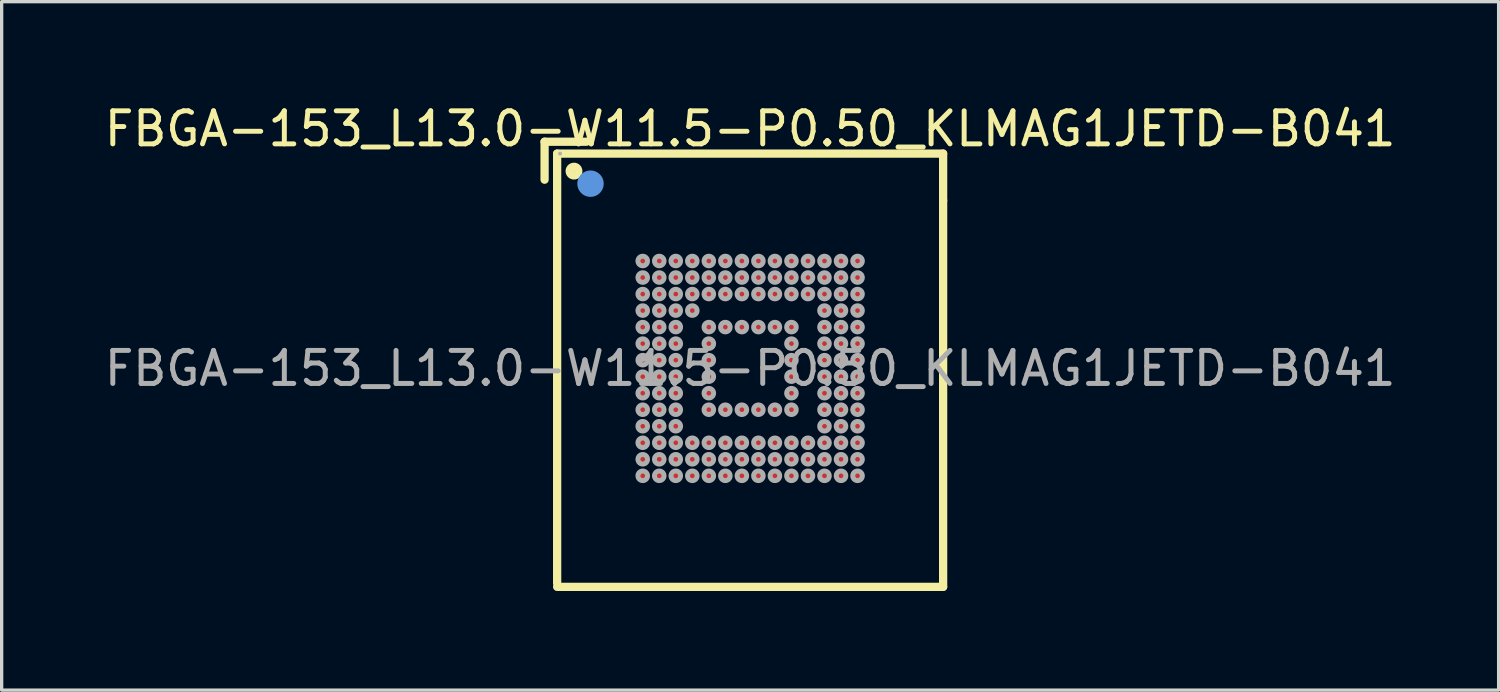
<source format=kicad_pcb>
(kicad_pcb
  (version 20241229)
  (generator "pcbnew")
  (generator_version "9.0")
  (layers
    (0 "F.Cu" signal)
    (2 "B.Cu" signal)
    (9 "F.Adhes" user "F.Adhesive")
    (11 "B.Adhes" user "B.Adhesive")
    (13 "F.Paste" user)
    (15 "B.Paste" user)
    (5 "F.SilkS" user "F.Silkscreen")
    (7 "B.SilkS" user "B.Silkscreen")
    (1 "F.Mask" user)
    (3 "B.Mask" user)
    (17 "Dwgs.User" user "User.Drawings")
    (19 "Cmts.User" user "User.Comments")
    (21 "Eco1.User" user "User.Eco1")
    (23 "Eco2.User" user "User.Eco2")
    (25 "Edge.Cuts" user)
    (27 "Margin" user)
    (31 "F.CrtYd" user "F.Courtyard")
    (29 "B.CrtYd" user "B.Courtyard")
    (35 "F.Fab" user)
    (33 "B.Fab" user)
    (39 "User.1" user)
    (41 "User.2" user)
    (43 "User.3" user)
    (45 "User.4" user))
  (footprint "FBGA-153_L13.0-W11.5-P0.50_KLMAG1JETD-B041"
    (layer "F.Cu")
    (at 19.649 8.098)
    (property "Reference" "FBGA-153_L13.0-W11.5-P0.50_KLMAG1JETD-B041" (at 0 -7.25 0) (layer "F.SilkS") (effects (font (size 1 1) (thickness 0.15))))
    (attr smd)
    (fp_line (start -6.22 -6.86) (end -6.22 -5.71) (stroke (width 0.25) (type solid)) (layer "F.SilkS"))
    (fp_line (start -5.84 -6.5) (end 5.84 -6.5) (stroke (width 0.25) (type solid)) (layer "F.SilkS"))
    (fp_line (start -5.84 6.5) (end -5.84 -6.5) (stroke (width 0.25) (type solid)) (layer "F.SilkS"))
    (fp_line (start -5.84 6.61) (end 5.84 6.61) (stroke (width 0.25) (type solid)) (layer "F.SilkS"))
    (fp_line (start -4.95 -6.86) (end -6.22 -6.86) (stroke (width 0.25) (type solid)) (layer "F.SilkS"))
    (fp_line (start 5.84 -6.5) (end 5.84 -5.08) (stroke (width 0.25) (type solid)) (layer "F.SilkS"))
    (fp_line (start 5.84 6.61) (end 5.84 -5.08) (stroke (width 0.25) (type solid)) (layer "F.SilkS"))
    (fp_circle (center -5.33 -5.97) (end -5.2 -5.97) (stroke (width 0.25) (type solid)) (fill no) (layer "F.SilkS"))
    (fp_circle (center -4.83 -5.59) (end -4.63 -5.59) (stroke (width 0.4) (type solid)) (fill no) (layer "Cmts.User"))
    (fp_circle (center -5.75 -6.5) (end -5.72 -6.5) (stroke (width 0.06) (type solid)) (fill no) (layer "F.Fab"))
    (fp_circle (center -3.25 -3.25) (end -3.18 -3.25) (stroke (width 0.15) (type solid)) (fill no) (layer "F.Fab"))
    (fp_circle (center -3.25 -2.75) (end -3.18 -2.75) (stroke (width 0.15) (type solid)) (fill no) (layer "F.Fab"))
    (fp_circle (center -3.25 -2.25) (end -3.18 -2.25) (stroke (width 0.15) (type solid)) (fill no) (layer "F.Fab"))
    (fp_circle (center -3.25 -1.75) (end -3.18 -1.75) (stroke (width 0.15) (type solid)) (fill no) (layer "F.Fab"))
    (fp_circle (center -3.25 -1.25) (end -3.18 -1.25) (stroke (width 0.15) (type solid)) (fill no) (layer "F.Fab"))
    (fp_circle (center -3.25 -0.75) (end -3.18 -0.75) (stroke (width 0.15) (type solid)) (fill no) (layer "F.Fab"))
    (fp_circle (center -3.25 -0.25) (end -3.18 -0.25) (stroke (width 0.15) (type solid)) (fill no) (layer "F.Fab"))
    (fp_circle (center -3.25 0.25) (end -3.18 0.25) (stroke (width 0.15) (type solid)) (fill no) (layer "F.Fab"))
    (fp_circle (center -3.25 0.75) (end -3.18 0.75) (stroke (width 0.15) (type solid)) (fill no) (layer "F.Fab"))
    (fp_circle (center -3.25 1.25) (end -3.18 1.25) (stroke (width 0.15) (type solid)) (fill no) (layer "F.Fab"))
    (fp_circle (center -3.25 1.75) (end -3.18 1.75) (stroke (width 0.15) (type solid)) (fill no) (layer "F.Fab"))
    (fp_circle (center -3.25 2.25) (end -3.18 2.25) (stroke (width 0.15) (type solid)) (fill no) (layer "F.Fab"))
    (fp_circle (center -3.25 2.75) (end -3.18 2.75) (stroke (width 0.15) (type solid)) (fill no) (layer "F.Fab"))
    (fp_circle (center -3.25 3.25) (end -3.18 3.25) (stroke (width 0.15) (type solid)) (fill no) (layer "F.Fab"))
    (fp_circle (center -2.75 -3.25) (end -2.68 -3.25) (stroke (width 0.15) (type solid)) (fill no) (layer "F.Fab"))
    (fp_circle (center -2.75 -2.75) (end -2.68 -2.75) (stroke (width 0.15) (type solid)) (fill no) (layer "F.Fab"))
    (fp_circle (center -2.75 -2.25) (end -2.68 -2.25) (stroke (width 0.15) (type solid)) (fill no) (layer "F.Fab"))
    (fp_circle (center -2.75 -1.75) (end -2.68 -1.75) (stroke (width 0.15) (type solid)) (fill no) (layer "F.Fab"))
    (fp_circle (center -2.75 -1.25) (end -2.68 -1.25) (stroke (width 0.15) (type solid)) (fill no) (layer "F.Fab"))
    (fp_circle (center -2.75 -0.75) (end -2.68 -0.75) (stroke (width 0.15) (type solid)) (fill no) (layer "F.Fab"))
    (fp_circle (center -2.75 -0.25) (end -2.68 -0.25) (stroke (width 0.15) (type solid)) (fill no) (layer "F.Fab"))
    (fp_circle (center -2.75 0.25) (end -2.68 0.25) (stroke (width 0.15) (type solid)) (fill no) (layer "F.Fab"))
    (fp_circle (center -2.75 0.75) (end -2.68 0.75) (stroke (width 0.15) (type solid)) (fill no) (layer "F.Fab"))
    (fp_circle (center -2.75 1.25) (end -2.68 1.25) (stroke (width 0.15) (type solid)) (fill no) (layer "F.Fab"))
    (fp_circle (center -2.75 1.75) (end -2.68 1.75) (stroke (width 0.15) (type solid)) (fill no) (layer "F.Fab"))
    (fp_circle (center -2.75 2.25) (end -2.68 2.25) (stroke (width 0.15) (type solid)) (fill no) (layer "F.Fab"))
    (fp_circle (center -2.75 2.75) (end -2.68 2.75) (stroke (width 0.15) (type solid)) (fill no) (layer "F.Fab"))
    (fp_circle (center -2.75 3.25) (end -2.68 3.25) (stroke (width 0.15) (type solid)) (fill no) (layer "F.Fab"))
    (fp_circle (center -2.25 -3.25) (end -2.18 -3.25) (stroke (width 0.15) (type solid)) (fill no) (layer "F.Fab"))
    (fp_circle (center -2.25 -2.75) (end -2.18 -2.75) (stroke (width 0.15) (type solid)) (fill no) (layer "F.Fab"))
    (fp_circle (center -2.25 -2.25) (end -2.18 -2.25) (stroke (width 0.15) (type solid)) (fill no) (layer "F.Fab"))
    (fp_circle (center -2.25 -1.75) (end -2.18 -1.75) (stroke (width 0.15) (type solid)) (fill no) (layer "F.Fab"))
    (fp_circle (center -2.25 -1.25) (end -2.18 -1.25) (stroke (width 0.15) (type solid)) (fill no) (layer "F.Fab"))
    (fp_circle (center -2.25 -0.75) (end -2.18 -0.75) (stroke (width 0.15) (type solid)) (fill no) (layer "F.Fab"))
    (fp_circle (center -2.25 -0.25) (end -2.18 -0.25) (stroke (width 0.15) (type solid)) (fill no) (layer "F.Fab"))
    (fp_circle (center -2.25 0.25) (end -2.18 0.25) (stroke (width 0.15) (type solid)) (fill no) (layer "F.Fab"))
    (fp_circle (center -2.25 0.75) (end -2.18 0.75) (stroke (width 0.15) (type solid)) (fill no) (layer "F.Fab"))
    (fp_circle (center -2.25 1.25) (end -2.18 1.25) (stroke (width 0.15) (type solid)) (fill no) (layer "F.Fab"))
    (fp_circle (center -2.25 1.75) (end -2.18 1.75) (stroke (width 0.15) (type solid)) (fill no) (layer "F.Fab"))
    (fp_circle (center -2.25 2.25) (end -2.18 2.25) (stroke (width 0.15) (type solid)) (fill no) (layer "F.Fab"))
    (fp_circle (center -2.25 2.75) (end -2.18 2.75) (stroke (width 0.15) (type solid)) (fill no) (layer "F.Fab"))
    (fp_circle (center -2.25 3.25) (end -2.18 3.25) (stroke (width 0.15) (type solid)) (fill no) (layer "F.Fab"))
    (fp_circle (center -1.75 -3.25) (end -1.68 -3.25) (stroke (width 0.15) (type solid)) (fill no) (layer "F.Fab"))
    (fp_circle (center -1.75 -2.75) (end -1.68 -2.75) (stroke (width 0.15) (type solid)) (fill no) (layer "F.Fab"))
    (fp_circle (center -1.75 -2.25) (end -1.68 -2.25) (stroke (width 0.15) (type solid)) (fill no) (layer "F.Fab"))
    (fp_circle (center -1.75 -1.75) (end -1.68 -1.75) (stroke (width 0.15) (type solid)) (fill no) (layer "F.Fab"))
    (fp_circle (center -1.75 2.25) (end -1.68 2.25) (stroke (width 0.15) (type solid)) (fill no) (layer "F.Fab"))
    (fp_circle (center -1.75 2.75) (end -1.68 2.75) (stroke (width 0.15) (type solid)) (fill no) (layer "F.Fab"))
    (fp_circle (center -1.75 3.25) (end -1.68 3.25) (stroke (width 0.15) (type solid)) (fill no) (layer "F.Fab"))
    (fp_circle (center -1.25 -3.25) (end -1.18 -3.25) (stroke (width 0.15) (type solid)) (fill no) (layer "F.Fab"))
    (fp_circle (center -1.25 -2.75) (end -1.18 -2.75) (stroke (width 0.15) (type solid)) (fill no) (layer "F.Fab"))
    (fp_circle (center -1.25 -2.25) (end -1.18 -2.25) (stroke (width 0.15) (type solid)) (fill no) (layer "F.Fab"))
    (fp_circle (center -1.25 -1.25) (end -1.18 -1.25) (stroke (width 0.15) (type solid)) (fill no) (layer "F.Fab"))
    (fp_circle (center -1.25 -0.75) (end -1.18 -0.75) (stroke (width 0.15) (type solid)) (fill no) (layer "F.Fab"))
    (fp_circle (center -1.25 -0.25) (end -1.18 -0.25) (stroke (width 0.15) (type solid)) (fill no) (layer "F.Fab"))
    (fp_circle (center -1.25 0.25) (end -1.18 0.25) (stroke (width 0.15) (type solid)) (fill no) (layer "F.Fab"))
    (fp_circle (center -1.25 0.75) (end -1.18 0.75) (stroke (width 0.15) (type solid)) (fill no) (layer "F.Fab"))
    (fp_circle (center -1.25 1.25) (end -1.18 1.25) (stroke (width 0.15) (type solid)) (fill no) (layer "F.Fab"))
    (fp_circle (center -1.25 2.25) (end -1.18 2.25) (stroke (width 0.15) (type solid)) (fill no) (layer "F.Fab"))
    (fp_circle (center -1.25 2.75) (end -1.18 2.75) (stroke (width 0.15) (type solid)) (fill no) (layer "F.Fab"))
    (fp_circle (center -1.25 3.25) (end -1.18 3.25) (stroke (width 0.15) (type solid)) (fill no) (layer "F.Fab"))
    (fp_circle (center -0.75 -3.25) (end -0.68 -3.25) (stroke (width 0.15) (type solid)) (fill no) (layer "F.Fab"))
    (fp_circle (center -0.75 -2.75) (end -0.68 -2.75) (stroke (width 0.15) (type solid)) (fill no) (layer "F.Fab"))
    (fp_circle (center -0.75 -2.25) (end -0.68 -2.25) (stroke (width 0.15) (type solid)) (fill no) (layer "F.Fab"))
    (fp_circle (center -0.75 -1.25) (end -0.68 -1.25) (stroke (width 0.15) (type solid)) (fill no) (layer "F.Fab"))
    (fp_circle (center -0.75 1.25) (end -0.68 1.25) (stroke (width 0.15) (type solid)) (fill no) (layer "F.Fab"))
    (fp_circle (center -0.75 2.25) (end -0.68 2.25) (stroke (width 0.15) (type solid)) (fill no) (layer "F.Fab"))
    (fp_circle (center -0.75 2.75) (end -0.68 2.75) (stroke (width 0.15) (type solid)) (fill no) (layer "F.Fab"))
    (fp_circle (center -0.75 3.25) (end -0.68 3.25) (stroke (width 0.15) (type solid)) (fill no) (layer "F.Fab"))
    (fp_circle (center -0.25 -3.25) (end -0.18 -3.25) (stroke (width 0.15) (type solid)) (fill no) (layer "F.Fab"))
    (fp_circle (center -0.25 -2.75) (end -0.18 -2.75) (stroke (width 0.15) (type solid)) (fill no) (layer "F.Fab"))
    (fp_circle (center -0.25 -2.25) (end -0.18 -2.25) (stroke (width 0.15) (type solid)) (fill no) (layer "F.Fab"))
    (fp_circle (center -0.25 -1.25) (end -0.18 -1.25) (stroke (width 0.15) (type solid)) (fill no) (layer "F.Fab"))
    (fp_circle (center -0.25 1.25) (end -0.18 1.25) (stroke (width 0.15) (type solid)) (fill no) (layer "F.Fab"))
    (fp_circle (center -0.25 2.25) (end -0.18 2.25) (stroke (width 0.15) (type solid)) (fill no) (layer "F.Fab"))
    (fp_circle (center -0.25 2.75) (end -0.18 2.75) (stroke (width 0.15) (type solid)) (fill no) (layer "F.Fab"))
    (fp_circle (center -0.25 3.25) (end -0.18 3.25) (stroke (width 0.15) (type solid)) (fill no) (layer "F.Fab"))
    (fp_circle (center 0.25 -3.25) (end 0.32 -3.25) (stroke (width 0.15) (type solid)) (fill no) (layer "F.Fab"))
    (fp_circle (center 0.25 -2.75) (end 0.32 -2.75) (stroke (width 0.15) (type solid)) (fill no) (layer "F.Fab"))
    (fp_circle (center 0.25 -2.25) (end 0.32 -2.25) (stroke (width 0.15) (type solid)) (fill no) (layer "F.Fab"))
    (fp_circle (center 0.25 -1.25) (end 0.32 -1.25) (stroke (width 0.15) (type solid)) (fill no) (layer "F.Fab"))
    (fp_circle (center 0.25 1.25) (end 0.32 1.25) (stroke (width 0.15) (type solid)) (fill no) (layer "F.Fab"))
    (fp_circle (center 0.25 2.25) (end 0.32 2.25) (stroke (width 0.15) (type solid)) (fill no) (layer "F.Fab"))
    (fp_circle (center 0.25 2.75) (end 0.32 2.75) (stroke (width 0.15) (type solid)) (fill no) (layer "F.Fab"))
    (fp_circle (center 0.25 3.25) (end 0.32 3.25) (stroke (width 0.15) (type solid)) (fill no) (layer "F.Fab"))
    (fp_circle (center 0.75 -3.25) (end 0.82 -3.25) (stroke (width 0.15) (type solid)) (fill no) (layer "F.Fab"))
    (fp_circle (center 0.75 -2.75) (end 0.82 -2.75) (stroke (width 0.15) (type solid)) (fill no) (layer "F.Fab"))
    (fp_circle (center 0.75 -2.25) (end 0.82 -2.25) (stroke (width 0.15) (type solid)) (fill no) (layer "F.Fab"))
    (fp_circle (center 0.75 -1.25) (end 0.82 -1.25) (stroke (width 0.15) (type solid)) (fill no) (layer "F.Fab"))
    (fp_circle (center 0.75 1.25) (end 0.82 1.25) (stroke (width 0.15) (type solid)) (fill no) (layer "F.Fab"))
    (fp_circle (center 0.75 2.25) (end 0.82 2.25) (stroke (width 0.15) (type solid)) (fill no) (layer "F.Fab"))
    (fp_circle (center 0.75 2.75) (end 0.82 2.75) (stroke (width 0.15) (type solid)) (fill no) (layer "F.Fab"))
    (fp_circle (center 0.75 3.25) (end 0.82 3.25) (stroke (width 0.15) (type solid)) (fill no) (layer "F.Fab"))
    (fp_circle (center 1.25 -3.25) (end 1.32 -3.25) (stroke (width 0.15) (type solid)) (fill no) (layer "F.Fab"))
    (fp_circle (center 1.25 -2.75) (end 1.32 -2.75) (stroke (width 0.15) (type solid)) (fill no) (layer "F.Fab"))
    (fp_circle (center 1.25 -2.25) (end 1.32 -2.25) (stroke (width 0.15) (type solid)) (fill no) (layer "F.Fab"))
    (fp_circle (center 1.25 -1.25) (end 1.32 -1.25) (stroke (width 0.15) (type solid)) (fill no) (layer "F.Fab"))
    (fp_circle (center 1.25 -0.75) (end 1.32 -0.75) (stroke (width 0.15) (type solid)) (fill no) (layer "F.Fab"))
    (fp_circle (center 1.25 -0.25) (end 1.32 -0.25) (stroke (width 0.15) (type solid)) (fill no) (layer "F.Fab"))
    (fp_circle (center 1.25 0.25) (end 1.32 0.25) (stroke (width 0.15) (type solid)) (fill no) (layer "F.Fab"))
    (fp_circle (center 1.25 0.75) (end 1.32 0.75) (stroke (width 0.15) (type solid)) (fill no) (layer "F.Fab"))
    (fp_circle (center 1.25 1.25) (end 1.32 1.25) (stroke (width 0.15) (type solid)) (fill no) (layer "F.Fab"))
    (fp_circle (center 1.25 2.25) (end 1.32 2.25) (stroke (width 0.15) (type solid)) (fill no) (layer "F.Fab"))
    (fp_circle (center 1.25 2.75) (end 1.32 2.75) (stroke (width 0.15) (type solid)) (fill no) (layer "F.Fab"))
    (fp_circle (center 1.25 3.25) (end 1.32 3.25) (stroke (width 0.15) (type solid)) (fill no) (layer "F.Fab"))
    (fp_circle (center 1.75 -3.25) (end 1.82 -3.25) (stroke (width 0.15) (type solid)) (fill no) (layer "F.Fab"))
    (fp_circle (center 1.75 -2.75) (end 1.82 -2.75) (stroke (width 0.15) (type solid)) (fill no) (layer "F.Fab"))
    (fp_circle (center 1.75 -2.25) (end 1.82 -2.25) (stroke (width 0.15) (type solid)) (fill no) (layer "F.Fab"))
    (fp_circle (center 1.75 2.25) (end 1.82 2.25) (stroke (width 0.15) (type solid)) (fill no) (layer "F.Fab"))
    (fp_circle (center 1.75 2.75) (end 1.82 2.75) (stroke (width 0.15) (type solid)) (fill no) (layer "F.Fab"))
    (fp_circle (center 1.75 3.25) (end 1.82 3.25) (stroke (width 0.15) (type solid)) (fill no) (layer "F.Fab"))
    (fp_circle (center 2.25 -3.25) (end 2.32 -3.25) (stroke (width 0.15) (type solid)) (fill no) (layer "F.Fab"))
    (fp_circle (center 2.25 -2.75) (end 2.32 -2.75) (stroke (width 0.15) (type solid)) (fill no) (layer "F.Fab"))
    (fp_circle (center 2.25 -2.25) (end 2.32 -2.25) (stroke (width 0.15) (type solid)) (fill no) (layer "F.Fab"))
    (fp_circle (center 2.25 -1.75) (end 2.32 -1.75) (stroke (width 0.15) (type solid)) (fill no) (layer "F.Fab"))
    (fp_circle (center 2.25 -1.25) (end 2.32 -1.25) (stroke (width 0.15) (type solid)) (fill no) (layer "F.Fab"))
    (fp_circle (center 2.25 -0.75) (end 2.32 -0.75) (stroke (width 0.15) (type solid)) (fill no) (layer "F.Fab"))
    (fp_circle (center 2.25 -0.25) (end 2.32 -0.25) (stroke (width 0.15) (type solid)) (fill no) (layer "F.Fab"))
    (fp_circle (center 2.25 0.25) (end 2.32 0.25) (stroke (width 0.15) (type solid)) (fill no) (layer "F.Fab"))
    (fp_circle (center 2.25 0.75) (end 2.32 0.75) (stroke (width 0.15) (type solid)) (fill no) (layer "F.Fab"))
    (fp_circle (center 2.25 1.25) (end 2.32 1.25) (stroke (width 0.15) (type solid)) (fill no) (layer "F.Fab"))
    (fp_circle (center 2.25 1.75) (end 2.32 1.75) (stroke (width 0.15) (type solid)) (fill no) (layer "F.Fab"))
    (fp_circle (center 2.25 2.25) (end 2.32 2.25) (stroke (width 0.15) (type solid)) (fill no) (layer "F.Fab"))
    (fp_circle (center 2.25 2.75) (end 2.32 2.75) (stroke (width 0.15) (type solid)) (fill no) (layer "F.Fab"))
    (fp_circle (center 2.25 3.25) (end 2.32 3.25) (stroke (width 0.15) (type solid)) (fill no) (layer "F.Fab"))
    (fp_circle (center 2.75 -3.25) (end 2.82 -3.25) (stroke (width 0.15) (type solid)) (fill no) (layer "F.Fab"))
    (fp_circle (center 2.75 -2.75) (end 2.82 -2.75) (stroke (width 0.15) (type solid)) (fill no) (layer "F.Fab"))
    (fp_circle (center 2.75 -2.25) (end 2.82 -2.25) (stroke (width 0.15) (type solid)) (fill no) (layer "F.Fab"))
    (fp_circle (center 2.75 -1.75) (end 2.82 -1.75) (stroke (width 0.15) (type solid)) (fill no) (layer "F.Fab"))
    (fp_circle (center 2.75 -1.25) (end 2.82 -1.25) (stroke (width 0.15) (type solid)) (fill no) (layer "F.Fab"))
    (fp_circle (center 2.75 -0.75) (end 2.82 -0.75) (stroke (width 0.15) (type solid)) (fill no) (layer "F.Fab"))
    (fp_circle (center 2.75 -0.25) (end 2.82 -0.25) (stroke (width 0.15) (type solid)) (fill no) (layer "F.Fab"))
    (fp_circle (center 2.75 0.25) (end 2.82 0.25) (stroke (width 0.15) (type solid)) (fill no) (layer "F.Fab"))
    (fp_circle (center 2.75 0.75) (end 2.82 0.75) (stroke (width 0.15) (type solid)) (fill no) (layer "F.Fab"))
    (fp_circle (center 2.75 1.25) (end 2.82 1.25) (stroke (width 0.15) (type solid)) (fill no) (layer "F.Fab"))
    (fp_circle (center 2.75 1.75) (end 2.82 1.75) (stroke (width 0.15) (type solid)) (fill no) (layer "F.Fab"))
    (fp_circle (center 2.75 2.25) (end 2.82 2.25) (stroke (width 0.15) (type solid)) (fill no) (layer "F.Fab"))
    (fp_circle (center 2.75 2.75) (end 2.82 2.75) (stroke (width 0.15) (type solid)) (fill no) (layer "F.Fab"))
    (fp_circle (center 2.75 3.25) (end 2.82 3.25) (stroke (width 0.15) (type solid)) (fill no) (layer "F.Fab"))
    (fp_circle (center 3.25 -3.25) (end 3.32 -3.25) (stroke (width 0.15) (type solid)) (fill no) (layer "F.Fab"))
    (fp_circle (center 3.25 -2.75) (end 3.32 -2.75) (stroke (width 0.15) (type solid)) (fill no) (layer "F.Fab"))
    (fp_circle (center 3.25 -2.25) (end 3.32 -2.25) (stroke (width 0.15) (type solid)) (fill no) (layer "F.Fab"))
    (fp_circle (center 3.25 -1.75) (end 3.32 -1.75) (stroke (width 0.15) (type solid)) (fill no) (layer "F.Fab"))
    (fp_circle (center 3.25 -1.25) (end 3.32 -1.25) (stroke (width 0.15) (type solid)) (fill no) (layer "F.Fab"))
    (fp_circle (center 3.25 -0.75) (end 3.32 -0.75) (stroke (width 0.15) (type solid)) (fill no) (layer "F.Fab"))
    (fp_circle (center 3.25 -0.25) (end 3.32 -0.25) (stroke (width 0.15) (type solid)) (fill no) (layer "F.Fab"))
    (fp_circle (center 3.25 0.25) (end 3.32 0.25) (stroke (width 0.15) (type solid)) (fill no) (layer "F.Fab"))
    (fp_circle (center 3.25 0.75) (end 3.32 0.75) (stroke (width 0.15) (type solid)) (fill no) (layer "F.Fab"))
    (fp_circle (center 3.25 1.25) (end 3.32 1.25) (stroke (width 0.15) (type solid)) (fill no) (layer "F.Fab"))
    (fp_circle (center 3.25 1.75) (end 3.32 1.75) (stroke (width 0.15) (type solid)) (fill no) (layer "F.Fab"))
    (fp_circle (center 3.25 2.25) (end 3.32 2.25) (stroke (width 0.15) (type solid)) (fill no) (layer "F.Fab"))
    (fp_circle (center 3.25 2.75) (end 3.32 2.75) (stroke (width 0.15) (type solid)) (fill no) (layer "F.Fab"))
    (fp_circle (center 3.25 3.25) (end 3.32 3.25) (stroke (width 0.15) (type solid)) (fill no) (layer "F.Fab"))
    (fp_text user "${REFERENCE}" (at 0 0 0) (layer "F.Fab") (effects (font (size 1 1) (thickness 0.15))))
    (pad "A1" smd circle (at -3.25 -3.25) (size 0.25 0.25) (layers "F.Cu" "F.Mask" "F.Paste"))
    (pad "A2" smd circle (at -2.75 -3.25) (size 0.25 0.25) (layers "F.Cu" "F.Mask" "F.Paste"))
    (pad "A3" smd circle (at -2.25 -3.25) (size 0.25 0.25) (layers "F.Cu" "F.Mask" "F.Paste"))
    (pad "A4" smd circle (at -1.75 -3.25) (size 0.25 0.25) (layers "F.Cu" "F.Mask" "F.Paste"))
    (pad "A5" smd circle (at -1.25 -3.25) (size 0.25 0.25) (layers "F.Cu" "F.Mask" "F.Paste"))
    (pad "A6" smd circle (at -0.75 -3.25) (size 0.25 0.25) (layers "F.Cu" "F.Mask" "F.Paste"))
    (pad "A7" smd circle (at -0.25 -3.25) (size 0.25 0.25) (layers "F.Cu" "F.Mask" "F.Paste"))
    (pad "A8" smd circle (at 0.25 -3.25) (size 0.25 0.25) (layers "F.Cu" "F.Mask" "F.Paste"))
    (pad "A9" smd circle (at 0.75 -3.25) (size 0.25 0.25) (layers "F.Cu" "F.Mask" "F.Paste"))
    (pad "A10" smd circle (at 1.25 -3.25) (size 0.25 0.25) (layers "F.Cu" "F.Mask" "F.Paste"))
    (pad "A11" smd circle (at 1.75 -3.25) (size 0.25 0.25) (layers "F.Cu" "F.Mask" "F.Paste"))
    (pad "A12" smd circle (at 2.25 -3.25) (size 0.25 0.25) (layers "F.Cu" "F.Mask" "F.Paste"))
    (pad "A13" smd circle (at 2.75 -3.25) (size 0.25 0.25) (layers "F.Cu" "F.Mask" "F.Paste"))
    (pad "A14" smd circle (at 3.25 -3.25) (size 0.25 0.25) (layers "F.Cu" "F.Mask" "F.Paste"))
    (pad "B1" smd circle (at -3.25 -2.75) (size 0.25 0.25) (layers "F.Cu" "F.Mask" "F.Paste"))
    (pad "B2" smd circle (at -2.75 -2.75) (size 0.25 0.25) (layers "F.Cu" "F.Mask" "F.Paste"))
    (pad "B3" smd circle (at -2.25 -2.75) (size 0.25 0.25) (layers "F.Cu" "F.Mask" "F.Paste"))
    (pad "B4" smd circle (at -1.75 -2.75) (size 0.25 0.25) (layers "F.Cu" "F.Mask" "F.Paste"))
    (pad "B5" smd circle (at -1.25 -2.75) (size 0.25 0.25) (layers "F.Cu" "F.Mask" "F.Paste"))
    (pad "B6" smd circle (at -0.75 -2.75) (size 0.25 0.25) (layers "F.Cu" "F.Mask" "F.Paste"))
    (pad "B7" smd circle (at -0.25 -2.75) (size 0.25 0.25) (layers "F.Cu" "F.Mask" "F.Paste"))
    (pad "B8" smd circle (at 0.25 -2.75) (size 0.25 0.25) (layers "F.Cu" "F.Mask" "F.Paste"))
    (pad "B9" smd circle (at 0.75 -2.75) (size 0.25 0.25) (layers "F.Cu" "F.Mask" "F.Paste"))
    (pad "B10" smd circle (at 1.25 -2.75) (size 0.25 0.25) (layers "F.Cu" "F.Mask" "F.Paste"))
    (pad "B11" smd circle (at 1.75 -2.75) (size 0.25 0.25) (layers "F.Cu" "F.Mask" "F.Paste"))
    (pad "B12" smd circle (at 2.25 -2.75) (size 0.25 0.25) (layers "F.Cu" "F.Mask" "F.Paste"))
    (pad "B13" smd circle (at 2.75 -2.75) (size 0.25 0.25) (layers "F.Cu" "F.Mask" "F.Paste"))
    (pad "B14" smd circle (at 3.25 -2.75) (size 0.25 0.25) (layers "F.Cu" "F.Mask" "F.Paste"))
    (pad "C1" smd circle (at -3.25 -2.25) (size 0.25 0.25) (layers "F.Cu" "F.Mask" "F.Paste"))
    (pad "C2" smd circle (at -2.75 -2.25) (size 0.25 0.25) (layers "F.Cu" "F.Mask" "F.Paste"))
    (pad "C3" smd circle (at -2.25 -2.25) (size 0.25 0.25) (layers "F.Cu" "F.Mask" "F.Paste"))
    (pad "C4" smd circle (at -1.75 -2.25) (size 0.25 0.25) (layers "F.Cu" "F.Mask" "F.Paste"))
    (pad "C5" smd circle (at -1.25 -2.25) (size 0.25 0.25) (layers "F.Cu" "F.Mask" "F.Paste"))
    (pad "C6" smd circle (at -0.75 -2.25) (size 0.25 0.25) (layers "F.Cu" "F.Mask" "F.Paste"))
    (pad "C7" smd circle (at -0.25 -2.25) (size 0.25 0.25) (layers "F.Cu" "F.Mask" "F.Paste"))
    (pad "C8" smd circle (at 0.25 -2.25) (size 0.25 0.25) (layers "F.Cu" "F.Mask" "F.Paste"))
    (pad "C9" smd circle (at 0.75 -2.25) (size 0.25 0.25) (layers "F.Cu" "F.Mask" "F.Paste"))
    (pad "C10" smd circle (at 1.25 -2.25) (size 0.25 0.25) (layers "F.Cu" "F.Mask" "F.Paste"))
    (pad "C11" smd circle (at 1.75 -2.25) (size 0.25 0.25) (layers "F.Cu" "F.Mask" "F.Paste"))
    (pad "C12" smd circle (at 2.25 -2.25) (size 0.25 0.25) (layers "F.Cu" "F.Mask" "F.Paste"))
    (pad "C13" smd circle (at 2.75 -2.25) (size 0.25 0.25) (layers "F.Cu" "F.Mask" "F.Paste"))
    (pad "C14" smd circle (at 3.25 -2.25) (size 0.25 0.25) (layers "F.Cu" "F.Mask" "F.Paste"))
    (pad "D1" smd circle (at -3.25 -1.75) (size 0.25 0.25) (layers "F.Cu" "F.Mask" "F.Paste"))
    (pad "D2" smd circle (at -2.75 -1.75) (size 0.25 0.25) (layers "F.Cu" "F.Mask" "F.Paste"))
    (pad "D3" smd circle (at -2.25 -1.75) (size 0.25 0.25) (layers "F.Cu" "F.Mask" "F.Paste"))
    (pad "D4" smd circle (at -1.75 -1.75) (size 0.25 0.25) (layers "F.Cu" "F.Mask" "F.Paste"))
    (pad "D12" smd circle (at 2.25 -1.75) (size 0.25 0.25) (layers "F.Cu" "F.Mask" "F.Paste"))
    (pad "D13" smd circle (at 2.75 -1.75) (size 0.25 0.25) (layers "F.Cu" "F.Mask" "F.Paste"))
    (pad "D14" smd circle (at 3.25 -1.75) (size 0.25 0.25) (layers "F.Cu" "F.Mask" "F.Paste"))
    (pad "E1" smd circle (at -3.25 -1.25) (size 0.25 0.25) (layers "F.Cu" "F.Mask" "F.Paste"))
    (pad "E2" smd circle (at -2.75 -1.25) (size 0.25 0.25) (layers "F.Cu" "F.Mask" "F.Paste"))
    (pad "E3" smd circle (at -2.25 -1.25) (size 0.25 0.25) (layers "F.Cu" "F.Mask" "F.Paste"))
    (pad "E5" smd circle (at -1.25 -1.25) (size 0.25 0.25) (layers "F.Cu" "F.Mask" "F.Paste"))
    (pad "E6" smd circle (at -0.75 -1.25) (size 0.25 0.25) (layers "F.Cu" "F.Mask" "F.Paste"))
    (pad "E7" smd circle (at -0.25 -1.25) (size 0.25 0.25) (layers "F.Cu" "F.Mask" "F.Paste"))
    (pad "E8" smd circle (at 0.25 -1.25) (size 0.25 0.25) (layers "F.Cu" "F.Mask" "F.Paste"))
    (pad "E9" smd circle (at 0.75 -1.25) (size 0.25 0.25) (layers "F.Cu" "F.Mask" "F.Paste"))
    (pad "E10" smd circle (at 1.25 -1.25) (size 0.25 0.25) (layers "F.Cu" "F.Mask" "F.Paste"))
    (pad "E12" smd circle (at 2.25 -1.25) (size 0.25 0.25) (layers "F.Cu" "F.Mask" "F.Paste"))
    (pad "E13" smd circle (at 2.75 -1.25) (size 0.25 0.25) (layers "F.Cu" "F.Mask" "F.Paste"))
    (pad "E14" smd circle (at 3.25 -1.25) (size 0.25 0.25) (layers "F.Cu" "F.Mask" "F.Paste"))
    (pad "F1" smd circle (at -3.25 -0.75) (size 0.25 0.25) (layers "F.Cu" "F.Mask" "F.Paste"))
    (pad "F2" smd circle (at -2.75 -0.75) (size 0.25 0.25) (layers "F.Cu" "F.Mask" "F.Paste"))
    (pad "F3" smd circle (at -2.25 -0.75) (size 0.25 0.25) (layers "F.Cu" "F.Mask" "F.Paste"))
    (pad "F5" smd circle (at -1.25 -0.75) (size 0.25 0.25) (layers "F.Cu" "F.Mask" "F.Paste"))
    (pad "F10" smd circle (at 1.25 -0.75) (size 0.25 0.25) (layers "F.Cu" "F.Mask" "F.Paste"))
    (pad "F12" smd circle (at 2.25 -0.75) (size 0.25 0.25) (layers "F.Cu" "F.Mask" "F.Paste"))
    (pad "F13" smd circle (at 2.75 -0.75) (size 0.25 0.25) (layers "F.Cu" "F.Mask" "F.Paste"))
    (pad "F14" smd circle (at 3.25 -0.75) (size 0.25 0.25) (layers "F.Cu" "F.Mask" "F.Paste"))
    (pad "G1" smd circle (at -3.25 -0.25) (size 0.25 0.25) (layers "F.Cu" "F.Mask" "F.Paste"))
    (pad "G2" smd circle (at -2.75 -0.25) (size 0.25 0.25) (layers "F.Cu" "F.Mask" "F.Paste"))
    (pad "G3" smd circle (at -2.25 -0.25) (size 0.25 0.25) (layers "F.Cu" "F.Mask" "F.Paste"))
    (pad "G5" smd circle (at -1.25 -0.25) (size 0.25 0.25) (layers "F.Cu" "F.Mask" "F.Paste"))
    (pad "G10" smd circle (at 1.25 -0.25) (size 0.25 0.25) (layers "F.Cu" "F.Mask" "F.Paste"))
    (pad "G12" smd circle (at 2.25 -0.25) (size 0.25 0.25) (layers "F.Cu" "F.Mask" "F.Paste"))
    (pad "G13" smd circle (at 2.75 -0.25) (size 0.25 0.25) (layers "F.Cu" "F.Mask" "F.Paste"))
    (pad "G14" smd circle (at 3.25 -0.25) (size 0.25 0.25) (layers "F.Cu" "F.Mask" "F.Paste"))
    (pad "H1" smd circle (at -3.25 0.25) (size 0.25 0.25) (layers "F.Cu" "F.Mask" "F.Paste"))
    (pad "H2" smd circle (at -2.75 0.25) (size 0.25 0.25) (layers "F.Cu" "F.Mask" "F.Paste"))
    (pad "H3" smd circle (at -2.25 0.25) (size 0.25 0.25) (layers "F.Cu" "F.Mask" "F.Paste"))
    (pad "H5" smd circle (at -1.25 0.25) (size 0.25 0.25) (layers "F.Cu" "F.Mask" "F.Paste"))
    (pad "H10" smd circle (at 1.25 0.25) (size 0.25 0.25) (layers "F.Cu" "F.Mask" "F.Paste"))
    (pad "H12" smd circle (at 2.25 0.25) (size 0.25 0.25) (layers "F.Cu" "F.Mask" "F.Paste"))
    (pad "H13" smd circle (at 2.75 0.25) (size 0.25 0.25) (layers "F.Cu" "F.Mask" "F.Paste"))
    (pad "H14" smd circle (at 3.25 0.25) (size 0.25 0.25) (layers "F.Cu" "F.Mask" "F.Paste"))
    (pad "J1" smd circle (at -3.25 0.75) (size 0.25 0.25) (layers "F.Cu" "F.Mask" "F.Paste"))
    (pad "J2" smd circle (at -2.75 0.75) (size 0.25 0.25) (layers "F.Cu" "F.Mask" "F.Paste"))
    (pad "J3" smd circle (at -2.25 0.75) (size 0.25 0.25) (layers "F.Cu" "F.Mask" "F.Paste"))
    (pad "J5" smd circle (at -1.25 0.75) (size 0.25 0.25) (layers "F.Cu" "F.Mask" "F.Paste"))
    (pad "J10" smd circle (at 1.25 0.75) (size 0.25 0.25) (layers "F.Cu" "F.Mask" "F.Paste"))
    (pad "J12" smd circle (at 2.25 0.75) (size 0.25 0.25) (layers "F.Cu" "F.Mask" "F.Paste"))
    (pad "J13" smd circle (at 2.75 0.75) (size 0.25 0.25) (layers "F.Cu" "F.Mask" "F.Paste"))
    (pad "J14" smd circle (at 3.25 0.75) (size 0.25 0.25) (layers "F.Cu" "F.Mask" "F.Paste"))
    (pad "K1" smd circle (at -3.25 1.25) (size 0.25 0.25) (layers "F.Cu" "F.Mask" "F.Paste"))
    (pad "K2" smd circle (at -2.75 1.25) (size 0.25 0.25) (layers "F.Cu" "F.Mask" "F.Paste"))
    (pad "K3" smd circle (at -2.25 1.25) (size 0.25 0.25) (layers "F.Cu" "F.Mask" "F.Paste"))
    (pad "K5" smd circle (at -1.25 1.25) (size 0.25 0.25) (layers "F.Cu" "F.Mask" "F.Paste"))
    (pad "K6" smd circle (at -0.75 1.25) (size 0.25 0.25) (layers "F.Cu" "F.Mask" "F.Paste"))
    (pad "K7" smd circle (at -0.25 1.25) (size 0.25 0.25) (layers "F.Cu" "F.Mask" "F.Paste"))
    (pad "K8" smd circle (at 0.25 1.25) (size 0.25 0.25) (layers "F.Cu" "F.Mask" "F.Paste"))
    (pad "K9" smd circle (at 0.75 1.25) (size 0.25 0.25) (layers "F.Cu" "F.Mask" "F.Paste"))
    (pad "K10" smd circle (at 1.25 1.25) (size 0.25 0.25) (layers "F.Cu" "F.Mask" "F.Paste"))
    (pad "K12" smd circle (at 2.25 1.25) (size 0.25 0.25) (layers "F.Cu" "F.Mask" "F.Paste"))
    (pad "K13" smd circle (at 2.75 1.25) (size 0.25 0.25) (layers "F.Cu" "F.Mask" "F.Paste"))
    (pad "K14" smd circle (at 3.25 1.25) (size 0.25 0.25) (layers "F.Cu" "F.Mask" "F.Paste"))
    (pad "L1" smd circle (at -3.25 1.75) (size 0.25 0.25) (layers "F.Cu" "F.Mask" "F.Paste"))
    (pad "L2" smd circle (at -2.75 1.75) (size 0.25 0.25) (layers "F.Cu" "F.Mask" "F.Paste"))
    (pad "L3" smd circle (at -2.25 1.75) (size 0.25 0.25) (layers "F.Cu" "F.Mask" "F.Paste"))
    (pad "L12" smd circle (at 2.25 1.75) (size 0.25 0.25) (layers "F.Cu" "F.Mask" "F.Paste"))
    (pad "L13" smd circle (at 2.75 1.75) (size 0.25 0.25) (layers "F.Cu" "F.Mask" "F.Paste"))
    (pad "L14" smd circle (at 3.25 1.75) (size 0.25 0.25) (layers "F.Cu" "F.Mask" "F.Paste"))
    (pad "M1" smd circle (at -3.25 2.25) (size 0.25 0.25) (layers "F.Cu" "F.Mask" "F.Paste"))
    (pad "M2" smd circle (at -2.75 2.25) (size 0.25 0.25) (layers "F.Cu" "F.Mask" "F.Paste"))
    (pad "M3" smd circle (at -2.25 2.25) (size 0.25 0.25) (layers "F.Cu" "F.Mask" "F.Paste"))
    (pad "M4" smd circle (at -1.75 2.25) (size 0.25 0.25) (layers "F.Cu" "F.Mask" "F.Paste"))
    (pad "M5" smd circle (at -1.25 2.25) (size 0.25 0.25) (layers "F.Cu" "F.Mask" "F.Paste"))
    (pad "M6" smd circle (at -0.75 2.25) (size 0.25 0.25) (layers "F.Cu" "F.Mask" "F.Paste"))
    (pad "M7" smd circle (at -0.25 2.25) (size 0.25 0.25) (layers "F.Cu" "F.Mask" "F.Paste"))
    (pad "M8" smd circle (at 0.25 2.25) (size 0.25 0.25) (layers "F.Cu" "F.Mask" "F.Paste"))
    (pad "M9" smd circle (at 0.75 2.25) (size 0.25 0.25) (layers "F.Cu" "F.Mask" "F.Paste"))
    (pad "M10" smd circle (at 1.25 2.25) (size 0.25 0.25) (layers "F.Cu" "F.Mask" "F.Paste"))
    (pad "M11" smd circle (at 1.75 2.25) (size 0.25 0.25) (layers "F.Cu" "F.Mask" "F.Paste"))
    (pad "M12" smd circle (at 2.25 2.25) (size 0.25 0.25) (layers "F.Cu" "F.Mask" "F.Paste"))
    (pad "M13" smd circle (at 2.75 2.25) (size 0.25 0.25) (layers "F.Cu" "F.Mask" "F.Paste"))
    (pad "M14" smd circle (at 3.25 2.25) (size 0.25 0.25) (layers "F.Cu" "F.Mask" "F.Paste"))
    (pad "N1" smd circle (at -3.25 2.75) (size 0.25 0.25) (layers "F.Cu" "F.Mask" "F.Paste"))
    (pad "N2" smd circle (at -2.75 2.75) (size 0.25 0.25) (layers "F.Cu" "F.Mask" "F.Paste"))
    (pad "N3" smd circle (at -2.25 2.75) (size 0.25 0.25) (layers "F.Cu" "F.Mask" "F.Paste"))
    (pad "N4" smd circle (at -1.75 2.75) (size 0.25 0.25) (layers "F.Cu" "F.Mask" "F.Paste"))
    (pad "N5" smd circle (at -1.25 2.75) (size 0.25 0.25) (layers "F.Cu" "F.Mask" "F.Paste"))
    (pad "N6" smd circle (at -0.75 2.75) (size 0.25 0.25) (layers "F.Cu" "F.Mask" "F.Paste"))
    (pad "N7" smd circle (at -0.25 2.75) (size 0.25 0.25) (layers "F.Cu" "F.Mask" "F.Paste"))
    (pad "N8" smd circle (at 0.25 2.75) (size 0.25 0.25) (layers "F.Cu" "F.Mask" "F.Paste"))
    (pad "N9" smd circle (at 0.75 2.75) (size 0.25 0.25) (layers "F.Cu" "F.Mask" "F.Paste"))
    (pad "N10" smd circle (at 1.25 2.75) (size 0.25 0.25) (layers "F.Cu" "F.Mask" "F.Paste"))
    (pad "N11" smd circle (at 1.75 2.75) (size 0.25 0.25) (layers "F.Cu" "F.Mask" "F.Paste"))
    (pad "N12" smd circle (at 2.25 2.75) (size 0.25 0.25) (layers "F.Cu" "F.Mask" "F.Paste"))
    (pad "N13" smd circle (at 2.75 2.75) (size 0.25 0.25) (layers "F.Cu" "F.Mask" "F.Paste"))
    (pad "N14" smd circle (at 3.25 2.75) (size 0.25 0.25) (layers "F.Cu" "F.Mask" "F.Paste"))
    (pad "P1" smd circle (at -3.25 3.25) (size 0.25 0.25) (layers "F.Cu" "F.Mask" "F.Paste"))
    (pad "P2" smd circle (at -2.75 3.25) (size 0.25 0.25) (layers "F.Cu" "F.Mask" "F.Paste"))
    (pad "P3" smd circle (at -2.25 3.25) (size 0.25 0.25) (layers "F.Cu" "F.Mask" "F.Paste"))
    (pad "P4" smd circle (at -1.75 3.25) (size 0.25 0.25) (layers "F.Cu" "F.Mask" "F.Paste"))
    (pad "P5" smd circle (at -1.25 3.25) (size 0.25 0.25) (layers "F.Cu" "F.Mask" "F.Paste"))
    (pad "P6" smd circle (at -0.75 3.25) (size 0.25 0.25) (layers "F.Cu" "F.Mask" "F.Paste"))
    (pad "P7" smd circle (at -0.25 3.25) (size 0.25 0.25) (layers "F.Cu" "F.Mask" "F.Paste"))
    (pad "P8" smd circle (at 0.25 3.25) (size 0.25 0.25) (layers "F.Cu" "F.Mask" "F.Paste"))
    (pad "P9" smd circle (at 0.75 3.25) (size 0.25 0.25) (layers "F.Cu" "F.Mask" "F.Paste"))
    (pad "P10" smd circle (at 1.25 3.25) (size 0.25 0.25) (layers "F.Cu" "F.Mask" "F.Paste"))
    (pad "P11" smd circle (at 1.75 3.25) (size 0.25 0.25) (layers "F.Cu" "F.Mask" "F.Paste"))
    (pad "P12" smd circle (at 2.25 3.25) (size 0.25 0.25) (layers "F.Cu" "F.Mask" "F.Paste"))
    (pad "P13" smd circle (at 2.75 3.25) (size 0.25 0.25) (layers "F.Cu" "F.Mask" "F.Paste"))
    (pad "P14" smd circle (at 3.25 3.25) (size 0.25 0.25) (layers "F.Cu" "F.Mask" "F.Paste")))
  (gr_rect
    (start -3 -3)
    (end 42.298 17.833)
    (stroke (width 0.1) (type default))
    (fill no)
    (layer "Edge.Cuts")))
</source>
